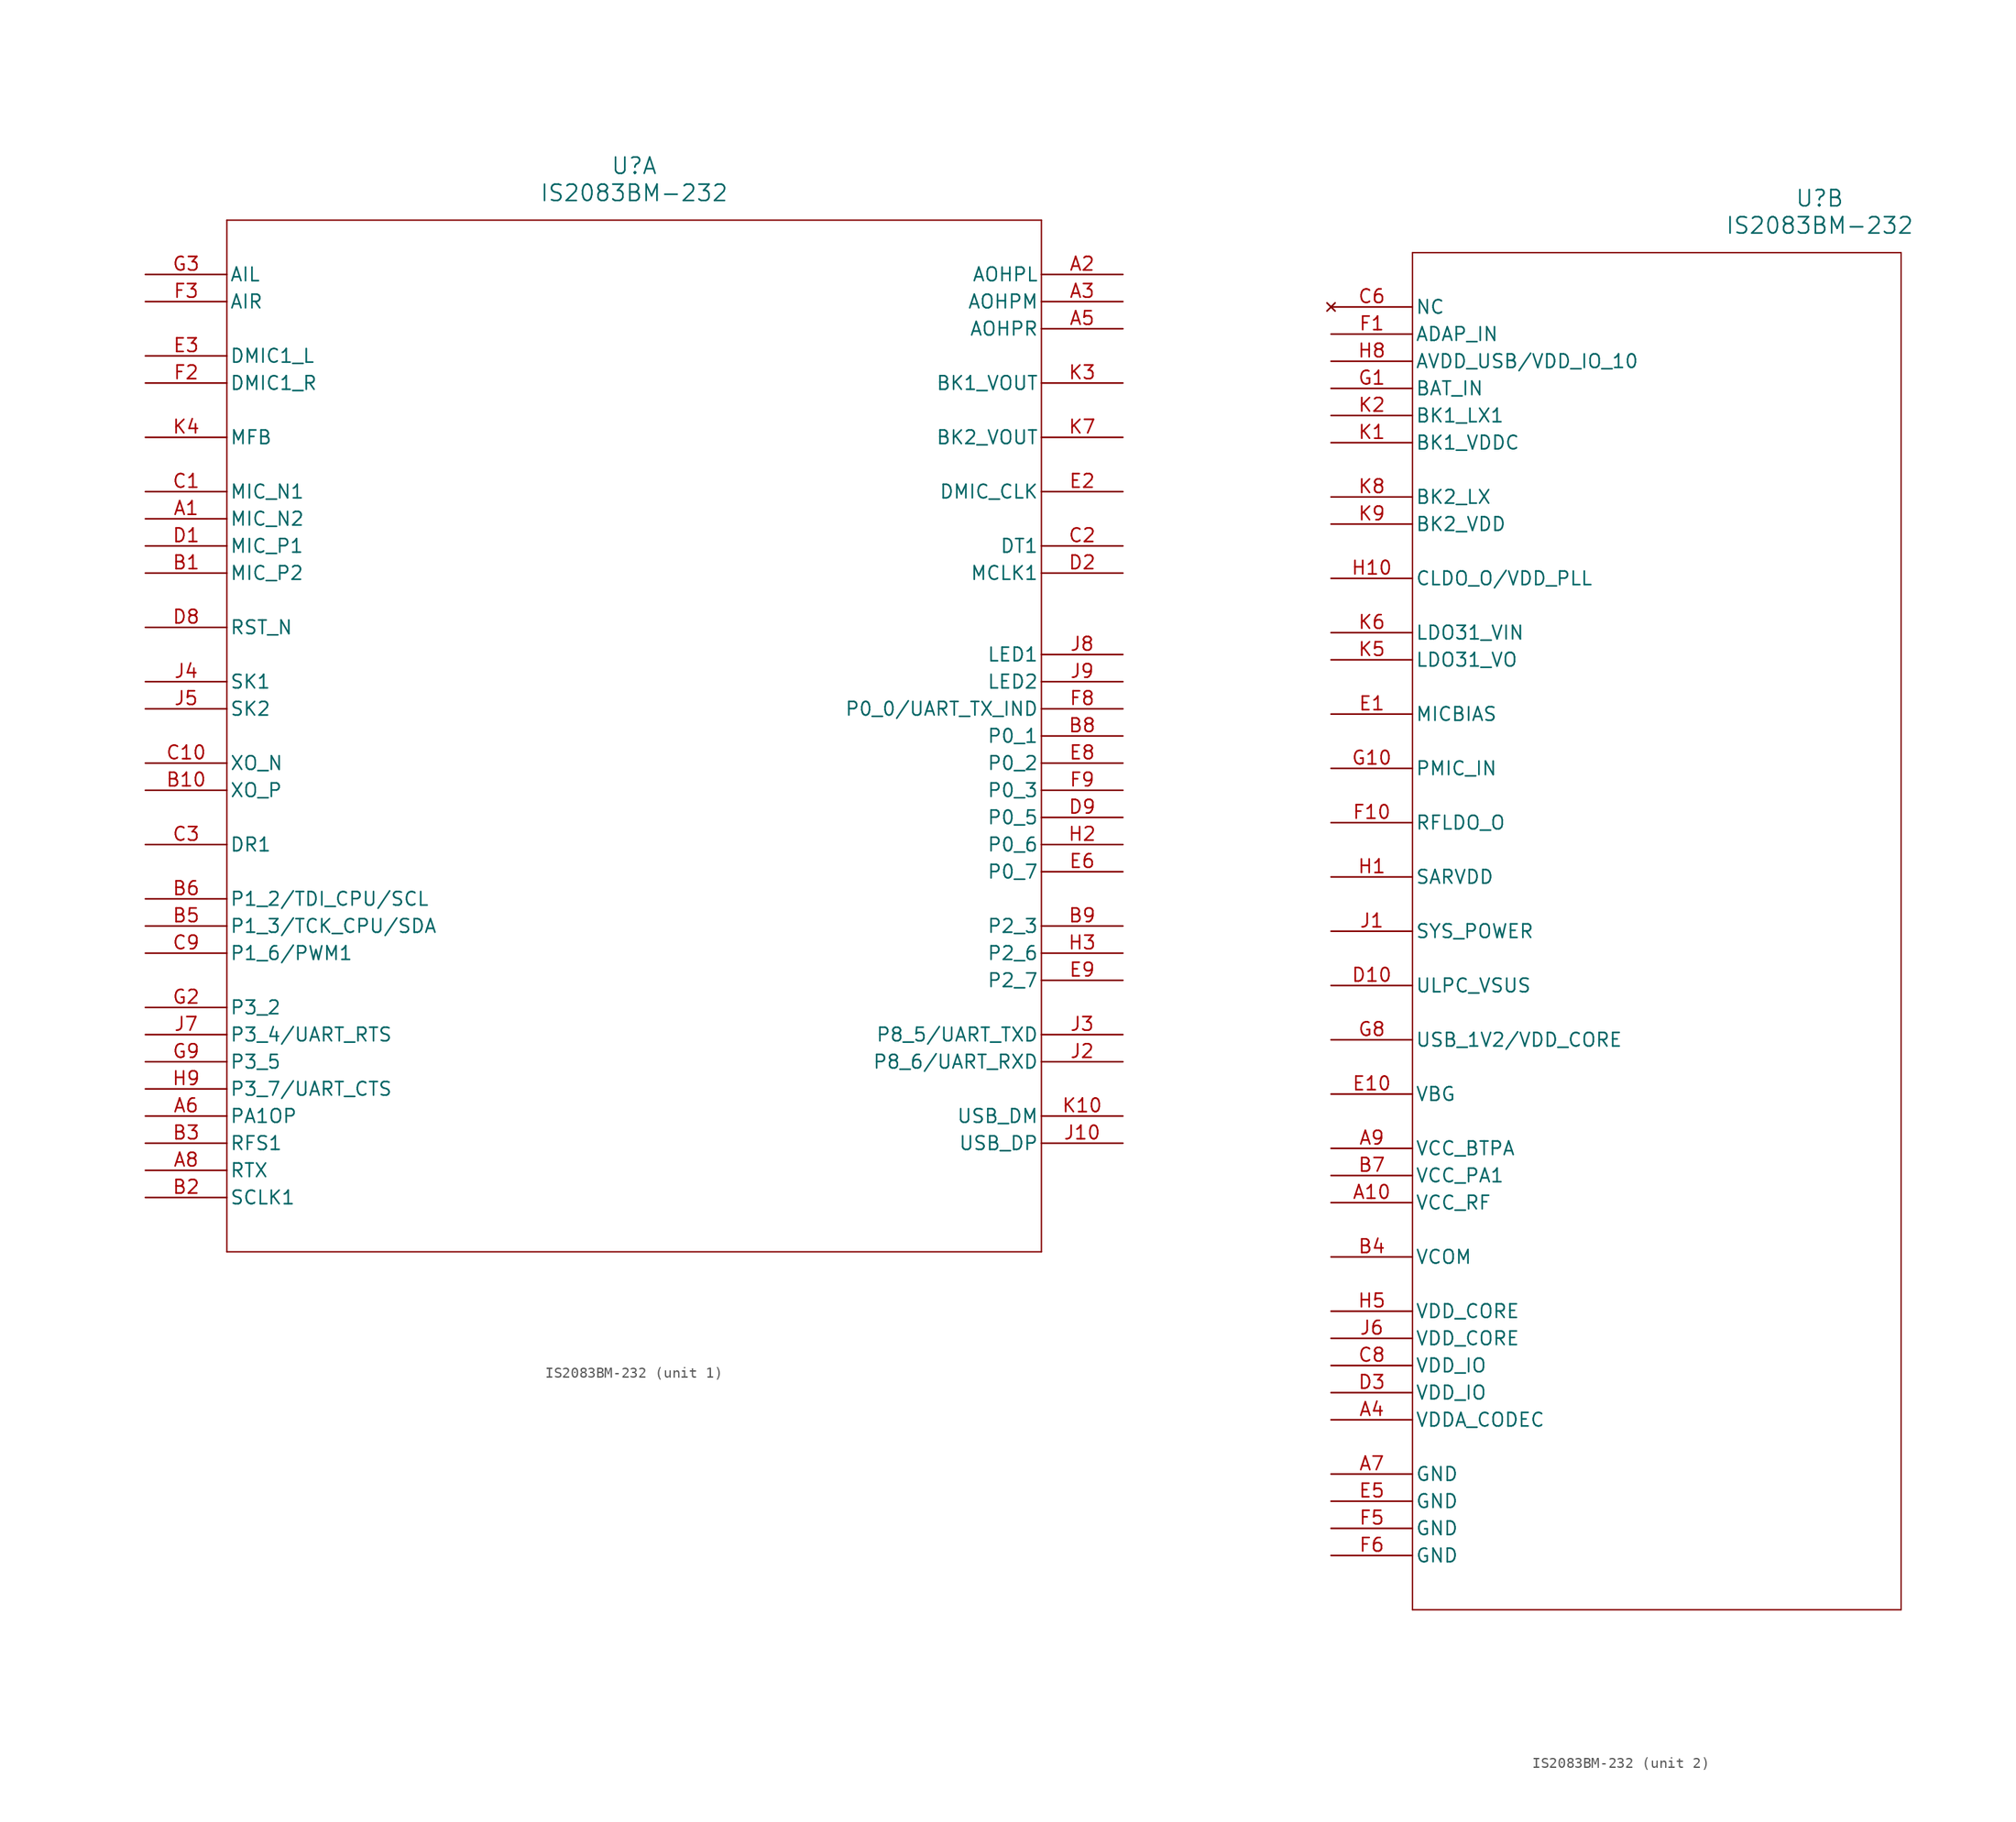
<source format=kicad_sym>
(kicad_symbol_lib
  (version 20241209)
  (generator "kicad_symbol_editor")
  (generator_version "9.0")
  (symbol "IS2083BM-232"
    (pin_names
      (offset 0.254))
    (property "Reference" "U"
      (at 45.72 10.16 0)
      (effects (font (size 1.524 1.524))))
    (property "Value" "IS2083BM-232"
      (at 45.72 7.62 0)
      (effects (font (size 1.524 1.524))))
    (property "ki_locked" ""
      (at 0 0 0)
      (effects (font (size 1.27 1.27))))
    (symbol "IS2083BM-232_1_1"
      (polyline (pts (xy 7.62 5.08) (xy 7.62 -91.44)) (stroke (width 0.127) (type default)) (fill (type none)))
      (polyline (pts (xy 7.62 -91.44) (xy 83.82 -91.44)) (stroke (width 0.127) (type default)) (fill (type none)))
      (polyline (pts (xy 83.82 5.08) (xy 7.62 5.08)) (stroke (width 0.127) (type default)) (fill (type none)))
      (polyline (pts (xy 83.82 -91.44) (xy 83.82 5.08)) (stroke (width 0.127) (type default)) (fill (type none)))
      (pin input line (at 0 0 0) (length 7.62) (name "AIL" (effects (font (size 1.27 1.27)))) (number "G3" (effects (font (size 1.27 1.27)))))
      (pin input line (at 0 -2.54 0) (length 7.62) (name "AIR" (effects (font (size 1.27 1.27)))) (number "F3" (effects (font (size 1.27 1.27)))))
      (pin input line (at 0 -7.62 0) (length 7.62) (name "DMIC1_L" (effects (font (size 1.27 1.27)))) (number "E3" (effects (font (size 1.27 1.27)))))
      (pin input line (at 0 -10.16 0) (length 7.62) (name "DMIC1_R" (effects (font (size 1.27 1.27)))) (number "F2" (effects (font (size 1.27 1.27)))))
      (pin input line (at 0 -15.24 0) (length 7.62) (name "MFB" (effects (font (size 1.27 1.27)))) (number "K4" (effects (font (size 1.27 1.27)))))
      (pin input line (at 0 -20.32 0) (length 7.62) (name "MIC_N1" (effects (font (size 1.27 1.27)))) (number "C1" (effects (font (size 1.27 1.27)))))
      (pin input line (at 0 -22.86 0) (length 7.62) (name "MIC_N2" (effects (font (size 1.27 1.27)))) (number "A1" (effects (font (size 1.27 1.27)))))
      (pin input line (at 0 -25.4 0) (length 7.62) (name "MIC_P1" (effects (font (size 1.27 1.27)))) (number "D1" (effects (font (size 1.27 1.27)))))
      (pin input line (at 0 -27.94 0) (length 7.62) (name "MIC_P2" (effects (font (size 1.27 1.27)))) (number "B1" (effects (font (size 1.27 1.27)))))
      (pin input line (at 0 -33.02 0) (length 7.62) (name "RST_N" (effects (font (size 1.27 1.27)))) (number "D8" (effects (font (size 1.27 1.27)))))
      (pin input line (at 0 -38.1 0) (length 7.62) (name "SK1" (effects (font (size 1.27 1.27)))) (number "J4" (effects (font (size 1.27 1.27)))))
      (pin input line (at 0 -40.64 0) (length 7.62) (name "SK2" (effects (font (size 1.27 1.27)))) (number "J5" (effects (font (size 1.27 1.27)))))
      (pin input line (at 0 -45.72 0) (length 7.62) (name "XO_N" (effects (font (size 1.27 1.27)))) (number "C10" (effects (font (size 1.27 1.27)))))
      (pin input line (at 0 -48.26 0) (length 7.62) (name "XO_P" (effects (font (size 1.27 1.27)))) (number "B10" (effects (font (size 1.27 1.27)))))
      (pin bidirectional line (at 0 -53.34 0) (length 7.62) (name "DR1" (effects (font (size 1.27 1.27)))) (number "C3" (effects (font (size 1.27 1.27)))))
      (pin bidirectional line (at 0 -58.42 0) (length 7.62) (name "P1_2/TDI_CPU/SCL" (effects (font (size 1.27 1.27)))) (number "B6" (effects (font (size 1.27 1.27)))))
      (pin bidirectional line (at 0 -60.96 0) (length 7.62) (name "P1_3/TCK_CPU/SDA" (effects (font (size 1.27 1.27)))) (number "B5" (effects (font (size 1.27 1.27)))))
      (pin bidirectional line (at 0 -63.5 0) (length 7.62) (name "P1_6/PWM1" (effects (font (size 1.27 1.27)))) (number "C9" (effects (font (size 1.27 1.27)))))
      (pin bidirectional line (at 0 -68.58 0) (length 7.62) (name "P3_2" (effects (font (size 1.27 1.27)))) (number "G2" (effects (font (size 1.27 1.27)))))
      (pin bidirectional line (at 0 -71.12 0) (length 7.62) (name "P3_4/UART_RTS" (effects (font (size 1.27 1.27)))) (number "J7" (effects (font (size 1.27 1.27)))))
      (pin bidirectional line (at 0 -73.66 0) (length 7.62) (name "P3_5" (effects (font (size 1.27 1.27)))) (number "G9" (effects (font (size 1.27 1.27)))))
      (pin bidirectional line (at 0 -76.2 0) (length 7.62) (name "P3_7/UART_CTS" (effects (font (size 1.27 1.27)))) (number "H9" (effects (font (size 1.27 1.27)))))
      (pin bidirectional line (at 0 -78.74 0) (length 7.62) (name "PA1OP" (effects (font (size 1.27 1.27)))) (number "A6" (effects (font (size 1.27 1.27)))))
      (pin bidirectional line (at 0 -81.28 0) (length 7.62) (name "RFS1" (effects (font (size 1.27 1.27)))) (number "B3" (effects (font (size 1.27 1.27)))))
      (pin bidirectional line (at 0 -83.82 0) (length 7.62) (name "RTX" (effects (font (size 1.27 1.27)))) (number "A8" (effects (font (size 1.27 1.27)))))
      (pin bidirectional line (at 0 -86.36 0) (length 7.62) (name "SCLK1" (effects (font (size 1.27 1.27)))) (number "B2" (effects (font (size 1.27 1.27)))))
      (pin output line (at 91.44 0 180) (length 7.62) (name "AOHPL" (effects (font (size 1.27 1.27)))) (number "A2" (effects (font (size 1.27 1.27)))))
      (pin output line (at 91.44 -2.54 180) (length 7.62) (name "AOHPM" (effects (font (size 1.27 1.27)))) (number "A3" (effects (font (size 1.27 1.27)))))
      (pin output line (at 91.44 -5.08 180) (length 7.62) (name "AOHPR" (effects (font (size 1.27 1.27)))) (number "A5" (effects (font (size 1.27 1.27)))))
      (pin power_in line (at 91.44 -10.16 180) (length 7.62) (name "BK1_VOUT" (effects (font (size 1.27 1.27)))) (number "K3" (effects (font (size 1.27 1.27)))))
      (pin power_in line (at 91.44 -15.24 180) (length 7.62) (name "BK2_VOUT" (effects (font (size 1.27 1.27)))) (number "K7" (effects (font (size 1.27 1.27)))))
      (pin output line (at 91.44 -20.32 180) (length 7.62) (name "DMIC_CLK" (effects (font (size 1.27 1.27)))) (number "E2" (effects (font (size 1.27 1.27)))))
      (pin output line (at 91.44 -25.4 180) (length 7.62) (name "DT1" (effects (font (size 1.27 1.27)))) (number "C2" (effects (font (size 1.27 1.27)))))
      (pin output line (at 91.44 -27.94 180) (length 7.62) (name "MCLK1" (effects (font (size 1.27 1.27)))) (number "D2" (effects (font (size 1.27 1.27)))))
      (pin output line (at 91.44 -35.56 180) (length 7.62) (name "LED1" (effects (font (size 1.27 1.27)))) (number "J8" (effects (font (size 1.27 1.27)))))
      (pin output line (at 91.44 -38.1 180) (length 7.62) (name "LED2" (effects (font (size 1.27 1.27)))) (number "J9" (effects (font (size 1.27 1.27)))))
      (pin bidirectional line (at 91.44 -40.64 180) (length 7.62) (name "P0_0/UART_TX_IND" (effects (font (size 1.27 1.27)))) (number "F8" (effects (font (size 1.27 1.27)))))
      (pin bidirectional line (at 91.44 -43.18 180) (length 7.62) (name "P0_1" (effects (font (size 1.27 1.27)))) (number "B8" (effects (font (size 1.27 1.27)))))
      (pin bidirectional line (at 91.44 -45.72 180) (length 7.62) (name "P0_2" (effects (font (size 1.27 1.27)))) (number "E8" (effects (font (size 1.27 1.27)))))
      (pin bidirectional line (at 91.44 -48.26 180) (length 7.62) (name "P0_3" (effects (font (size 1.27 1.27)))) (number "F9" (effects (font (size 1.27 1.27)))))
      (pin bidirectional line (at 91.44 -50.8 180) (length 7.62) (name "P0_5" (effects (font (size 1.27 1.27)))) (number "D9" (effects (font (size 1.27 1.27)))))
      (pin bidirectional line (at 91.44 -53.34 180) (length 7.62) (name "P0_6" (effects (font (size 1.27 1.27)))) (number "H2" (effects (font (size 1.27 1.27)))))
      (pin bidirectional line (at 91.44 -55.88 180) (length 7.62) (name "P0_7" (effects (font (size 1.27 1.27)))) (number "E6" (effects (font (size 1.27 1.27)))))
      (pin bidirectional line (at 91.44 -60.96 180) (length 7.62) (name "P2_3" (effects (font (size 1.27 1.27)))) (number "B9" (effects (font (size 1.27 1.27)))))
      (pin bidirectional line (at 91.44 -63.5 180) (length 7.62) (name "P2_6" (effects (font (size 1.27 1.27)))) (number "H3" (effects (font (size 1.27 1.27)))))
      (pin bidirectional line (at 91.44 -66.04 180) (length 7.62) (name "P2_7" (effects (font (size 1.27 1.27)))) (number "E9" (effects (font (size 1.27 1.27)))))
      (pin bidirectional line (at 91.44 -71.12 180) (length 7.62) (name "P8_5/UART_TXD" (effects (font (size 1.27 1.27)))) (number "J3" (effects (font (size 1.27 1.27)))))
      (pin bidirectional line (at 91.44 -73.66 180) (length 7.62) (name "P8_6/UART_RXD" (effects (font (size 1.27 1.27)))) (number "J2" (effects (font (size 1.27 1.27)))))
      (pin bidirectional line (at 91.44 -78.74 180) (length 7.62) (name "USB_DM" (effects (font (size 1.27 1.27)))) (number "K10" (effects (font (size 1.27 1.27)))))
      (pin bidirectional line (at 91.44 -81.28 180) (length 7.62) (name "USB_DP" (effects (font (size 1.27 1.27)))) (number "J10" (effects (font (size 1.27 1.27))))))
    (symbol "IS2083BM-232_2_1"
      (polyline (pts (xy 7.62 5.08) (xy 7.62 -121.92)) (stroke (width 0.127) (type default)) (fill (type none)))
      (polyline (pts (xy 7.62 -121.92) (xy 53.34 -121.92)) (stroke (width 0.127) (type default)) (fill (type none)))
      (polyline (pts (xy 53.34 5.08) (xy 7.62 5.08)) (stroke (width 0.127) (type default)) (fill (type none)))
      (polyline (pts (xy 53.34 -121.92) (xy 53.34 5.08)) (stroke (width 0.127) (type default)) (fill (type none)))
      (pin no_connect line (at 0 0 0) (length 7.62) (name "NC" (effects (font (size 1.27 1.27)))) (number "C6" (effects (font (size 1.27 1.27)))))
      (pin power_in line (at 0 -2.54 0) (length 7.62) (name "ADAP_IN" (effects (font (size 1.27 1.27)))) (number "F1" (effects (font (size 1.27 1.27)))))
      (pin power_in line (at 0 -5.08 0) (length 7.62) (name "AVDD_USB/VDD_IO_10" (effects (font (size 1.27 1.27)))) (number "H8" (effects (font (size 1.27 1.27)))))
      (pin power_in line (at 0 -7.62 0) (length 7.62) (name "BAT_IN" (effects (font (size 1.27 1.27)))) (number "G1" (effects (font (size 1.27 1.27)))))
      (pin power_in line (at 0 -10.16 0) (length 7.62) (name "BK1_LX1" (effects (font (size 1.27 1.27)))) (number "K2" (effects (font (size 1.27 1.27)))))
      (pin power_in line (at 0 -12.7 0) (length 7.62) (name "BK1_VDDC" (effects (font (size 1.27 1.27)))) (number "K1" (effects (font (size 1.27 1.27)))))
      (pin power_in line (at 0 -17.78 0) (length 7.62) (name "BK2_LX" (effects (font (size 1.27 1.27)))) (number "K8" (effects (font (size 1.27 1.27)))))
      (pin power_in line (at 0 -20.32 0) (length 7.62) (name "BK2_VDD" (effects (font (size 1.27 1.27)))) (number "K9" (effects (font (size 1.27 1.27)))))
      (pin power_in line (at 0 -25.4 0) (length 7.62) (name "CLDO_O/VDD_PLL" (effects (font (size 1.27 1.27)))) (number "H10" (effects (font (size 1.27 1.27)))))
      (pin power_in line (at 0 -30.48 0) (length 7.62) (name "LDO31_VIN" (effects (font (size 1.27 1.27)))) (number "K6" (effects (font (size 1.27 1.27)))))
      (pin power_in line (at 0 -33.02 0) (length 7.62) (name "LDO31_VO" (effects (font (size 1.27 1.27)))) (number "K5" (effects (font (size 1.27 1.27)))))
      (pin power_in line (at 0 -38.1 0) (length 7.62) (name "MICBIAS" (effects (font (size 1.27 1.27)))) (number "E1" (effects (font (size 1.27 1.27)))))
      (pin power_in line (at 0 -43.18 0) (length 7.62) (name "PMIC_IN" (effects (font (size 1.27 1.27)))) (number "G10" (effects (font (size 1.27 1.27)))))
      (pin power_in line (at 0 -48.26 0) (length 7.62) (name "RFLDO_O" (effects (font (size 1.27 1.27)))) (number "F10" (effects (font (size 1.27 1.27)))))
      (pin power_in line (at 0 -53.34 0) (length 7.62) (name "SARVDD" (effects (font (size 1.27 1.27)))) (number "H1" (effects (font (size 1.27 1.27)))))
      (pin power_in line (at 0 -58.42 0) (length 7.62) (name "SYS_POWER" (effects (font (size 1.27 1.27)))) (number "J1" (effects (font (size 1.27 1.27)))))
      (pin power_in line (at 0 -63.5 0) (length 7.62) (name "ULPC_VSUS" (effects (font (size 1.27 1.27)))) (number "D10" (effects (font (size 1.27 1.27)))))
      (pin power_in line (at 0 -68.58 0) (length 7.62) (name "USB_1V2/VDD_CORE" (effects (font (size 1.27 1.27)))) (number "G8" (effects (font (size 1.27 1.27)))))
      (pin power_in line (at 0 -73.66 0) (length 7.62) (name "VBG" (effects (font (size 1.27 1.27)))) (number "E10" (effects (font (size 1.27 1.27)))))
      (pin power_in line (at 0 -78.74 0) (length 7.62) (name "VCC_BTPA" (effects (font (size 1.27 1.27)))) (number "A9" (effects (font (size 1.27 1.27)))))
      (pin power_in line (at 0 -81.28 0) (length 7.62) (name "VCC_PA1" (effects (font (size 1.27 1.27)))) (number "B7" (effects (font (size 1.27 1.27)))))
      (pin power_in line (at 0 -83.82 0) (length 7.62) (name "VCC_RF" (effects (font (size 1.27 1.27)))) (number "A10" (effects (font (size 1.27 1.27)))))
      (pin power_in line (at 0 -88.9 0) (length 7.62) (name "VCOM" (effects (font (size 1.27 1.27)))) (number "B4" (effects (font (size 1.27 1.27)))))
      (pin power_in line (at 0 -93.98 0) (length 7.62) (name "VDD_CORE" (effects (font (size 1.27 1.27)))) (number "H5" (effects (font (size 1.27 1.27)))))
      (pin power_in line (at 0 -96.52 0) (length 7.62) (name "VDD_CORE" (effects (font (size 1.27 1.27)))) (number "J6" (effects (font (size 1.27 1.27)))))
      (pin power_in line (at 0 -99.06 0) (length 7.62) (name "VDD_IO" (effects (font (size 1.27 1.27)))) (number "C8" (effects (font (size 1.27 1.27)))))
      (pin power_in line (at 0 -101.6 0) (length 7.62) (name "VDD_IO" (effects (font (size 1.27 1.27)))) (number "D3" (effects (font (size 1.27 1.27)))))
      (pin power_in line (at 0 -104.14 0) (length 7.62) (name "VDDA_CODEC" (effects (font (size 1.27 1.27)))) (number "A4" (effects (font (size 1.27 1.27)))))
      (pin power_out line (at 0 -109.22 0) (length 7.62) (name "GND" (effects (font (size 1.27 1.27)))) (number "A7" (effects (font (size 1.27 1.27)))))
      (pin power_out line (at 0 -111.76 0) (length 7.62) (name "GND" (effects (font (size 1.27 1.27)))) (number "E5" (effects (font (size 1.27 1.27)))))
      (pin power_out line (at 0 -114.3 0) (length 7.62) (name "GND" (effects (font (size 1.27 1.27)))) (number "F5" (effects (font (size 1.27 1.27)))))
      (pin power_out line (at 0 -116.84 0) (length 7.62) (name "GND" (effects (font (size 1.27 1.27)))) (number "F6" (effects (font (size 1.27 1.27))))))))
</source>
